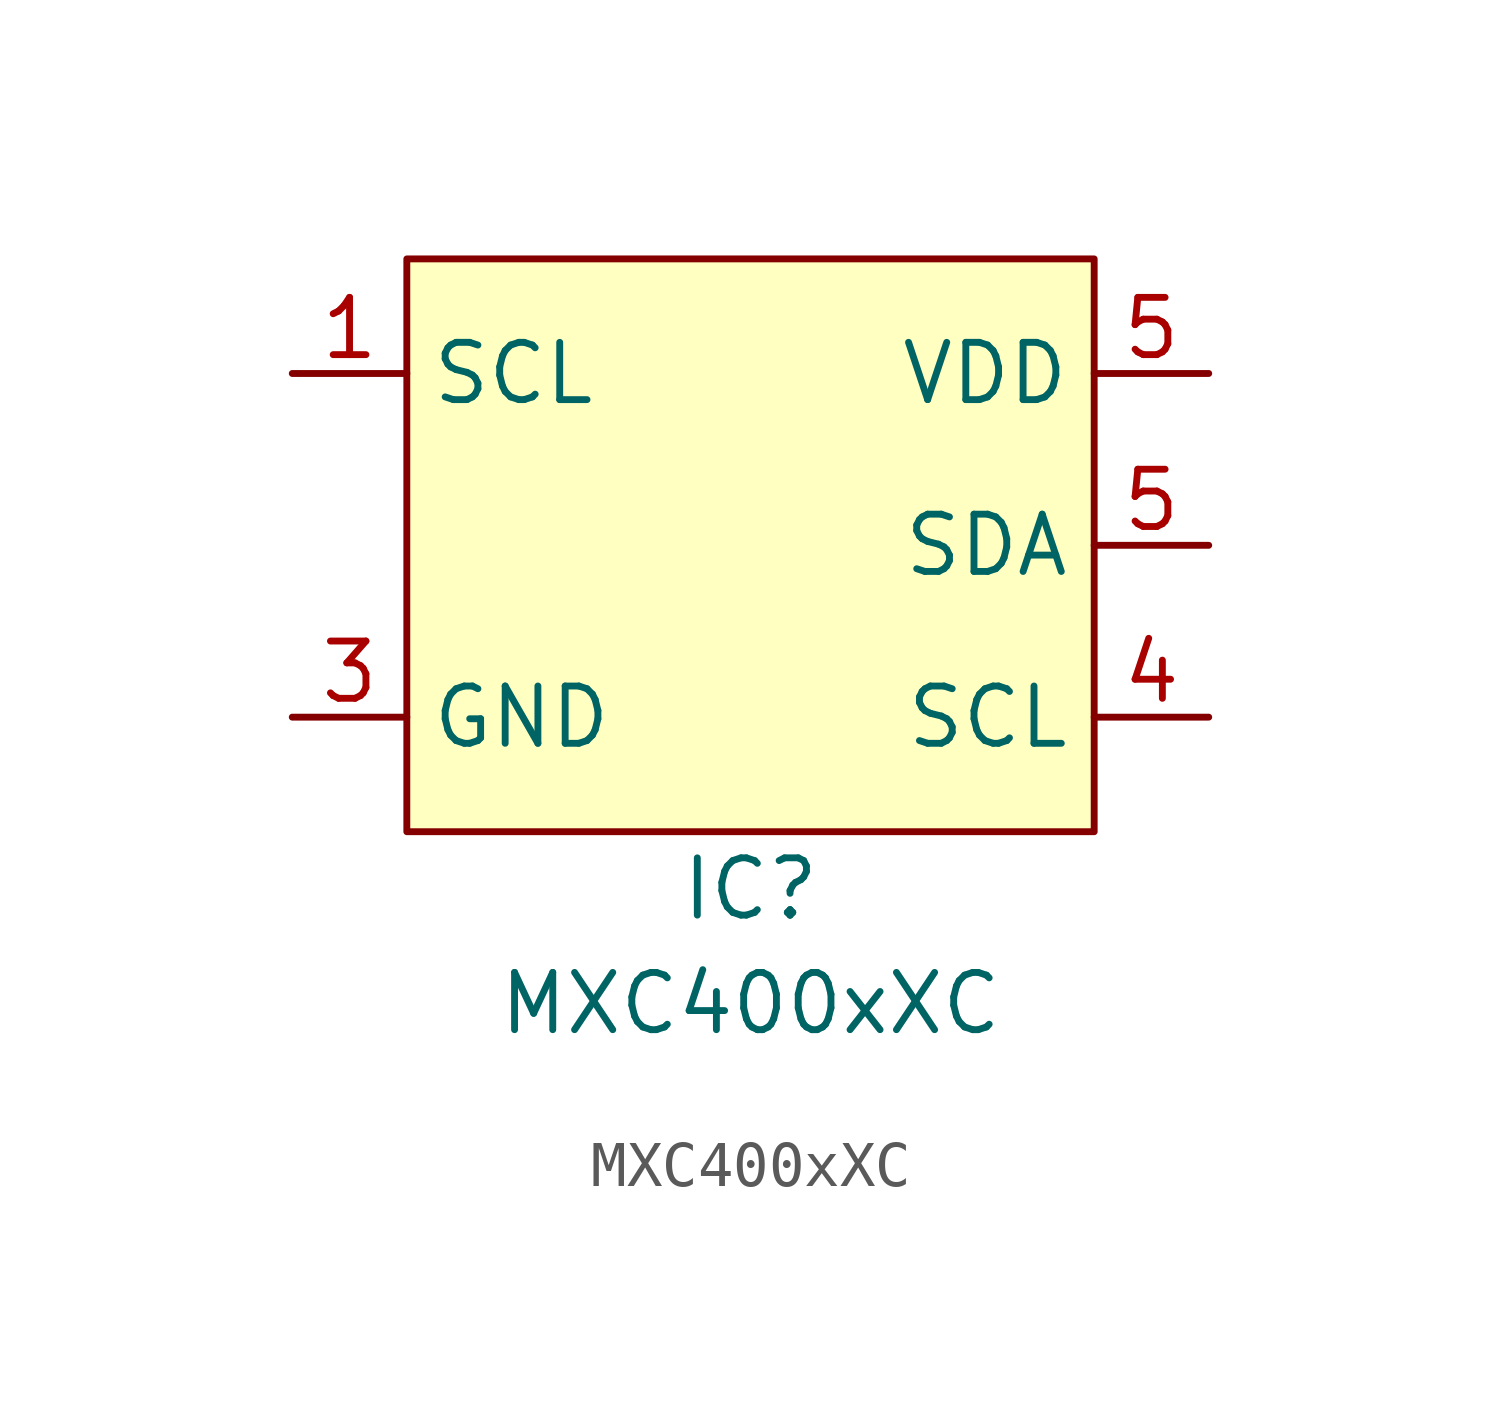
<source format=kicad_sym>
(kicad_symbol_lib
  (version 20211014)
  (generator kicad_symbol_editor)
  (symbol "MXC400xXC"
    (property "Reference" "IC"
      (at 0 -7.62 0)
      (effects (font (size 1.27 1.27))))
    (property "Value" "MXC400xXC"
      (at 0 -10.16 0)
      (effects (font (size 1.27 1.27))))
    (symbol "MXC400xXC_0_1"
      (rectangle (start -7.62 6.35) (end 7.62 -6.35) (stroke (width 0) (type default) (color 0 0 0 0)) (fill (type background))))
    (symbol "MXC400xXC_1_1"
      (pin input line (at -10.16 3.81 0) (length 2.54) (name "SCL" (effects (font (size 1.27 1.27)))) (number "1" (effects (font (size 1.27 1.27)))))
      (pin no_connect line (at -10.16 0 0) (length 2.54) hide (name "" (effects (font (size 1.27 1.27)))) (number "2" (effects (font (size 1.27 1.27)))))
      (pin power_in line (at -10.16 -3.81 0) (length 2.54) (name "GND" (effects (font (size 1.27 1.27)))) (number "3" (effects (font (size 1.27 1.27)))))
      (pin bidirectional line (at 10.16 -3.81 180) (length 2.54) (name "SCL" (effects (font (size 1.27 1.27)))) (number "4" (effects (font (size 1.27 1.27)))))
      (pin bidirectional line (at 10.16 0 180) (length 2.54) (name "SDA" (effects (font (size 1.27 1.27)))) (number "5" (effects (font (size 1.27 1.27)))))
      (pin power_in line (at 10.16 3.81 180) (length 2.54) (name "VDD" (effects (font (size 1.27 1.27)))) (number "5" (effects (font (size 1.27 1.27))))))))
</source>
